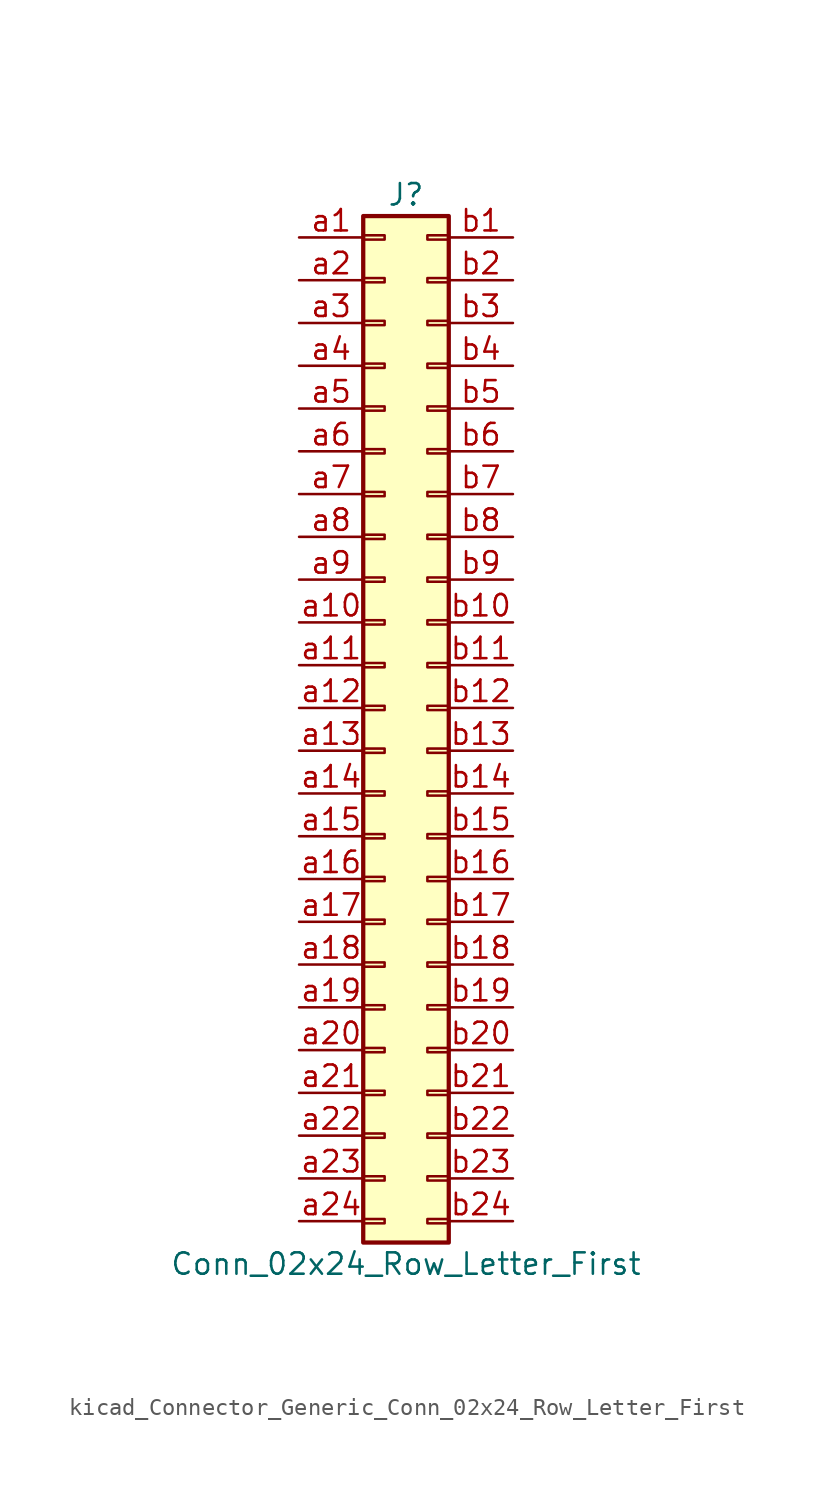
<source format=kicad_sym>
(kicad_symbol_lib
  (version 20220914)
  (generator kicad_symbol_editor)
  (symbol "kicad_Connector_Generic_Conn_02x24_Row_Letter_First"
    (pin_names
      (offset 1.016) hide)
    (property "Reference" "J"
      (at 1.27 30.48 0)
      (effects (font (size 1.27 1.27))))
    (property "Value" "Conn_02x24_Row_Letter_First"
      (at 1.27 -33.02 0)
      (effects (font (size 1.27 1.27))))
    (symbol "kicad_Connector_Generic_Conn_02x24_Row_Letter_First_1_1"
      (rectangle (start -1.27 -30.353) (end 0 -30.607) (stroke (width 0.152) (type default)) (fill (type none)))
      (rectangle (start -1.27 -27.813) (end 0 -28.067) (stroke (width 0.152) (type default)) (fill (type none)))
      (rectangle (start -1.27 -25.273) (end 0 -25.527) (stroke (width 0.152) (type default)) (fill (type none)))
      (rectangle (start -1.27 -22.733) (end 0 -22.987) (stroke (width 0.152) (type default)) (fill (type none)))
      (rectangle (start -1.27 -20.193) (end 0 -20.447) (stroke (width 0.152) (type default)) (fill (type none)))
      (rectangle (start -1.27 -17.653) (end 0 -17.907) (stroke (width 0.152) (type default)) (fill (type none)))
      (rectangle (start -1.27 -15.113) (end 0 -15.367) (stroke (width 0.152) (type default)) (fill (type none)))
      (rectangle (start -1.27 -12.573) (end 0 -12.827) (stroke (width 0.152) (type default)) (fill (type none)))
      (rectangle (start -1.27 -10.033) (end 0 -10.287) (stroke (width 0.152) (type default)) (fill (type none)))
      (rectangle (start -1.27 -7.493) (end 0 -7.747) (stroke (width 0.152) (type default)) (fill (type none)))
      (rectangle (start -1.27 -4.953) (end 0 -5.207) (stroke (width 0.152) (type default)) (fill (type none)))
      (rectangle (start -1.27 -2.413) (end 0 -2.667) (stroke (width 0.152) (type default)) (fill (type none)))
      (rectangle (start -1.27 0.127) (end 0 -0.127) (stroke (width 0.152) (type default)) (fill (type none)))
      (rectangle (start -1.27 2.667) (end 0 2.413) (stroke (width 0.152) (type default)) (fill (type none)))
      (rectangle (start -1.27 5.207) (end 0 4.953) (stroke (width 0.152) (type default)) (fill (type none)))
      (rectangle (start -1.27 7.747) (end 0 7.493) (stroke (width 0.152) (type default)) (fill (type none)))
      (rectangle (start -1.27 10.287) (end 0 10.033) (stroke (width 0.152) (type default)) (fill (type none)))
      (rectangle (start -1.27 12.827) (end 0 12.573) (stroke (width 0.152) (type default)) (fill (type none)))
      (rectangle (start -1.27 15.367) (end 0 15.113) (stroke (width 0.152) (type default)) (fill (type none)))
      (rectangle (start -1.27 17.907) (end 0 17.653) (stroke (width 0.152) (type default)) (fill (type none)))
      (rectangle (start -1.27 20.447) (end 0 20.193) (stroke (width 0.152) (type default)) (fill (type none)))
      (rectangle (start -1.27 22.987) (end 0 22.733) (stroke (width 0.152) (type default)) (fill (type none)))
      (rectangle (start -1.27 25.527) (end 0 25.273) (stroke (width 0.152) (type default)) (fill (type none)))
      (rectangle (start -1.27 28.067) (end 0 27.813) (stroke (width 0.152) (type default)) (fill (type none)))
      (rectangle (start -1.27 29.21) (end 3.81 -31.75) (stroke (width 0.254) (type default)) (fill (type background)))
      (rectangle (start 3.81 -30.353) (end 2.54 -30.607) (stroke (width 0.152) (type default)) (fill (type none)))
      (rectangle (start 3.81 -27.813) (end 2.54 -28.067) (stroke (width 0.152) (type default)) (fill (type none)))
      (rectangle (start 3.81 -25.273) (end 2.54 -25.527) (stroke (width 0.152) (type default)) (fill (type none)))
      (rectangle (start 3.81 -22.733) (end 2.54 -22.987) (stroke (width 0.152) (type default)) (fill (type none)))
      (rectangle (start 3.81 -20.193) (end 2.54 -20.447) (stroke (width 0.152) (type default)) (fill (type none)))
      (rectangle (start 3.81 -17.653) (end 2.54 -17.907) (stroke (width 0.152) (type default)) (fill (type none)))
      (rectangle (start 3.81 -15.113) (end 2.54 -15.367) (stroke (width 0.152) (type default)) (fill (type none)))
      (rectangle (start 3.81 -12.573) (end 2.54 -12.827) (stroke (width 0.152) (type default)) (fill (type none)))
      (rectangle (start 3.81 -10.033) (end 2.54 -10.287) (stroke (width 0.152) (type default)) (fill (type none)))
      (rectangle (start 3.81 -7.493) (end 2.54 -7.747) (stroke (width 0.152) (type default)) (fill (type none)))
      (rectangle (start 3.81 -4.953) (end 2.54 -5.207) (stroke (width 0.152) (type default)) (fill (type none)))
      (rectangle (start 3.81 -2.413) (end 2.54 -2.667) (stroke (width 0.152) (type default)) (fill (type none)))
      (rectangle (start 3.81 0.127) (end 2.54 -0.127) (stroke (width 0.152) (type default)) (fill (type none)))
      (rectangle (start 3.81 2.667) (end 2.54 2.413) (stroke (width 0.152) (type default)) (fill (type none)))
      (rectangle (start 3.81 5.207) (end 2.54 4.953) (stroke (width 0.152) (type default)) (fill (type none)))
      (rectangle (start 3.81 7.747) (end 2.54 7.493) (stroke (width 0.152) (type default)) (fill (type none)))
      (rectangle (start 3.81 10.287) (end 2.54 10.033) (stroke (width 0.152) (type default)) (fill (type none)))
      (rectangle (start 3.81 12.827) (end 2.54 12.573) (stroke (width 0.152) (type default)) (fill (type none)))
      (rectangle (start 3.81 15.367) (end 2.54 15.113) (stroke (width 0.152) (type default)) (fill (type none)))
      (rectangle (start 3.81 17.907) (end 2.54 17.653) (stroke (width 0.152) (type default)) (fill (type none)))
      (rectangle (start 3.81 20.447) (end 2.54 20.193) (stroke (width 0.152) (type default)) (fill (type none)))
      (rectangle (start 3.81 22.987) (end 2.54 22.733) (stroke (width 0.152) (type default)) (fill (type none)))
      (rectangle (start 3.81 25.527) (end 2.54 25.273) (stroke (width 0.152) (type default)) (fill (type none)))
      (rectangle (start 3.81 28.067) (end 2.54 27.813) (stroke (width 0.152) (type default)) (fill (type none)))
      (pin passive line (at -5.08 27.94 0) (length 3.81) (name "Pin_a1" (effects (font (size 1.27 1.27)))) (number "a1" (effects (font (size 1.27 1.27)))))
      (pin passive line (at -5.08 5.08 0) (length 3.81) (name "Pin_a10" (effects (font (size 1.27 1.27)))) (number "a10" (effects (font (size 1.27 1.27)))))
      (pin passive line (at -5.08 2.54 0) (length 3.81) (name "Pin_a11" (effects (font (size 1.27 1.27)))) (number "a11" (effects (font (size 1.27 1.27)))))
      (pin passive line (at -5.08 0 0) (length 3.81) (name "Pin_a12" (effects (font (size 1.27 1.27)))) (number "a12" (effects (font (size 1.27 1.27)))))
      (pin passive line (at -5.08 -2.54 0) (length 3.81) (name "Pin_a13" (effects (font (size 1.27 1.27)))) (number "a13" (effects (font (size 1.27 1.27)))))
      (pin passive line (at -5.08 -5.08 0) (length 3.81) (name "Pin_a14" (effects (font (size 1.27 1.27)))) (number "a14" (effects (font (size 1.27 1.27)))))
      (pin passive line (at -5.08 -7.62 0) (length 3.81) (name "Pin_a15" (effects (font (size 1.27 1.27)))) (number "a15" (effects (font (size 1.27 1.27)))))
      (pin passive line (at -5.08 -10.16 0) (length 3.81) (name "Pin_a16" (effects (font (size 1.27 1.27)))) (number "a16" (effects (font (size 1.27 1.27)))))
      (pin passive line (at -5.08 -12.7 0) (length 3.81) (name "Pin_a17" (effects (font (size 1.27 1.27)))) (number "a17" (effects (font (size 1.27 1.27)))))
      (pin passive line (at -5.08 -15.24 0) (length 3.81) (name "Pin_a18" (effects (font (size 1.27 1.27)))) (number "a18" (effects (font (size 1.27 1.27)))))
      (pin passive line (at -5.08 -17.78 0) (length 3.81) (name "Pin_a19" (effects (font (size 1.27 1.27)))) (number "a19" (effects (font (size 1.27 1.27)))))
      (pin passive line (at -5.08 25.4 0) (length 3.81) (name "Pin_a2" (effects (font (size 1.27 1.27)))) (number "a2" (effects (font (size 1.27 1.27)))))
      (pin passive line (at -5.08 -20.32 0) (length 3.81) (name "Pin_a20" (effects (font (size 1.27 1.27)))) (number "a20" (effects (font (size 1.27 1.27)))))
      (pin passive line (at -5.08 -22.86 0) (length 3.81) (name "Pin_a21" (effects (font (size 1.27 1.27)))) (number "a21" (effects (font (size 1.27 1.27)))))
      (pin passive line (at -5.08 -25.4 0) (length 3.81) (name "Pin_a22" (effects (font (size 1.27 1.27)))) (number "a22" (effects (font (size 1.27 1.27)))))
      (pin passive line (at -5.08 -27.94 0) (length 3.81) (name "Pin_a23" (effects (font (size 1.27 1.27)))) (number "a23" (effects (font (size 1.27 1.27)))))
      (pin passive line (at -5.08 -30.48 0) (length 3.81) (name "Pin_a24" (effects (font (size 1.27 1.27)))) (number "a24" (effects (font (size 1.27 1.27)))))
      (pin passive line (at -5.08 22.86 0) (length 3.81) (name "Pin_a3" (effects (font (size 1.27 1.27)))) (number "a3" (effects (font (size 1.27 1.27)))))
      (pin passive line (at -5.08 20.32 0) (length 3.81) (name "Pin_a4" (effects (font (size 1.27 1.27)))) (number "a4" (effects (font (size 1.27 1.27)))))
      (pin passive line (at -5.08 17.78 0) (length 3.81) (name "Pin_a5" (effects (font (size 1.27 1.27)))) (number "a5" (effects (font (size 1.27 1.27)))))
      (pin passive line (at -5.08 15.24 0) (length 3.81) (name "Pin_a6" (effects (font (size 1.27 1.27)))) (number "a6" (effects (font (size 1.27 1.27)))))
      (pin passive line (at -5.08 12.7 0) (length 3.81) (name "Pin_a7" (effects (font (size 1.27 1.27)))) (number "a7" (effects (font (size 1.27 1.27)))))
      (pin passive line (at -5.08 10.16 0) (length 3.81) (name "Pin_a8" (effects (font (size 1.27 1.27)))) (number "a8" (effects (font (size 1.27 1.27)))))
      (pin passive line (at -5.08 7.62 0) (length 3.81) (name "Pin_a9" (effects (font (size 1.27 1.27)))) (number "a9" (effects (font (size 1.27 1.27)))))
      (pin passive line (at 7.62 27.94 180) (length 3.81) (name "Pin_b1" (effects (font (size 1.27 1.27)))) (number "b1" (effects (font (size 1.27 1.27)))))
      (pin passive line (at 7.62 5.08 180) (length 3.81) (name "Pin_b10" (effects (font (size 1.27 1.27)))) (number "b10" (effects (font (size 1.27 1.27)))))
      (pin passive line (at 7.62 2.54 180) (length 3.81) (name "Pin_b11" (effects (font (size 1.27 1.27)))) (number "b11" (effects (font (size 1.27 1.27)))))
      (pin passive line (at 7.62 0 180) (length 3.81) (name "Pin_b12" (effects (font (size 1.27 1.27)))) (number "b12" (effects (font (size 1.27 1.27)))))
      (pin passive line (at 7.62 -2.54 180) (length 3.81) (name "Pin_b13" (effects (font (size 1.27 1.27)))) (number "b13" (effects (font (size 1.27 1.27)))))
      (pin passive line (at 7.62 -5.08 180) (length 3.81) (name "Pin_b14" (effects (font (size 1.27 1.27)))) (number "b14" (effects (font (size 1.27 1.27)))))
      (pin passive line (at 7.62 -7.62 180) (length 3.81) (name "Pin_b15" (effects (font (size 1.27 1.27)))) (number "b15" (effects (font (size 1.27 1.27)))))
      (pin passive line (at 7.62 -10.16 180) (length 3.81) (name "Pin_b16" (effects (font (size 1.27 1.27)))) (number "b16" (effects (font (size 1.27 1.27)))))
      (pin passive line (at 7.62 -12.7 180) (length 3.81) (name "Pin_b17" (effects (font (size 1.27 1.27)))) (number "b17" (effects (font (size 1.27 1.27)))))
      (pin passive line (at 7.62 -15.24 180) (length 3.81) (name "Pin_b18" (effects (font (size 1.27 1.27)))) (number "b18" (effects (font (size 1.27 1.27)))))
      (pin passive line (at 7.62 -17.78 180) (length 3.81) (name "Pin_b19" (effects (font (size 1.27 1.27)))) (number "b19" (effects (font (size 1.27 1.27)))))
      (pin passive line (at 7.62 25.4 180) (length 3.81) (name "Pin_b2" (effects (font (size 1.27 1.27)))) (number "b2" (effects (font (size 1.27 1.27)))))
      (pin passive line (at 7.62 -20.32 180) (length 3.81) (name "Pin_b20" (effects (font (size 1.27 1.27)))) (number "b20" (effects (font (size 1.27 1.27)))))
      (pin passive line (at 7.62 -22.86 180) (length 3.81) (name "Pin_b21" (effects (font (size 1.27 1.27)))) (number "b21" (effects (font (size 1.27 1.27)))))
      (pin passive line (at 7.62 -25.4 180) (length 3.81) (name "Pin_b22" (effects (font (size 1.27 1.27)))) (number "b22" (effects (font (size 1.27 1.27)))))
      (pin passive line (at 7.62 -27.94 180) (length 3.81) (name "Pin_b23" (effects (font (size 1.27 1.27)))) (number "b23" (effects (font (size 1.27 1.27)))))
      (pin passive line (at 7.62 -30.48 180) (length 3.81) (name "Pin_b24" (effects (font (size 1.27 1.27)))) (number "b24" (effects (font (size 1.27 1.27)))))
      (pin passive line (at 7.62 22.86 180) (length 3.81) (name "Pin_b3" (effects (font (size 1.27 1.27)))) (number "b3" (effects (font (size 1.27 1.27)))))
      (pin passive line (at 7.62 20.32 180) (length 3.81) (name "Pin_b4" (effects (font (size 1.27 1.27)))) (number "b4" (effects (font (size 1.27 1.27)))))
      (pin passive line (at 7.62 17.78 180) (length 3.81) (name "Pin_b5" (effects (font (size 1.27 1.27)))) (number "b5" (effects (font (size 1.27 1.27)))))
      (pin passive line (at 7.62 15.24 180) (length 3.81) (name "Pin_b6" (effects (font (size 1.27 1.27)))) (number "b6" (effects (font (size 1.27 1.27)))))
      (pin passive line (at 7.62 12.7 180) (length 3.81) (name "Pin_b7" (effects (font (size 1.27 1.27)))) (number "b7" (effects (font (size 1.27 1.27)))))
      (pin passive line (at 7.62 10.16 180) (length 3.81) (name "Pin_b8" (effects (font (size 1.27 1.27)))) (number "b8" (effects (font (size 1.27 1.27)))))
      (pin passive line (at 7.62 7.62 180) (length 3.81) (name "Pin_b9" (effects (font (size 1.27 1.27)))) (number "b9" (effects (font (size 1.27 1.27))))))))
</source>
